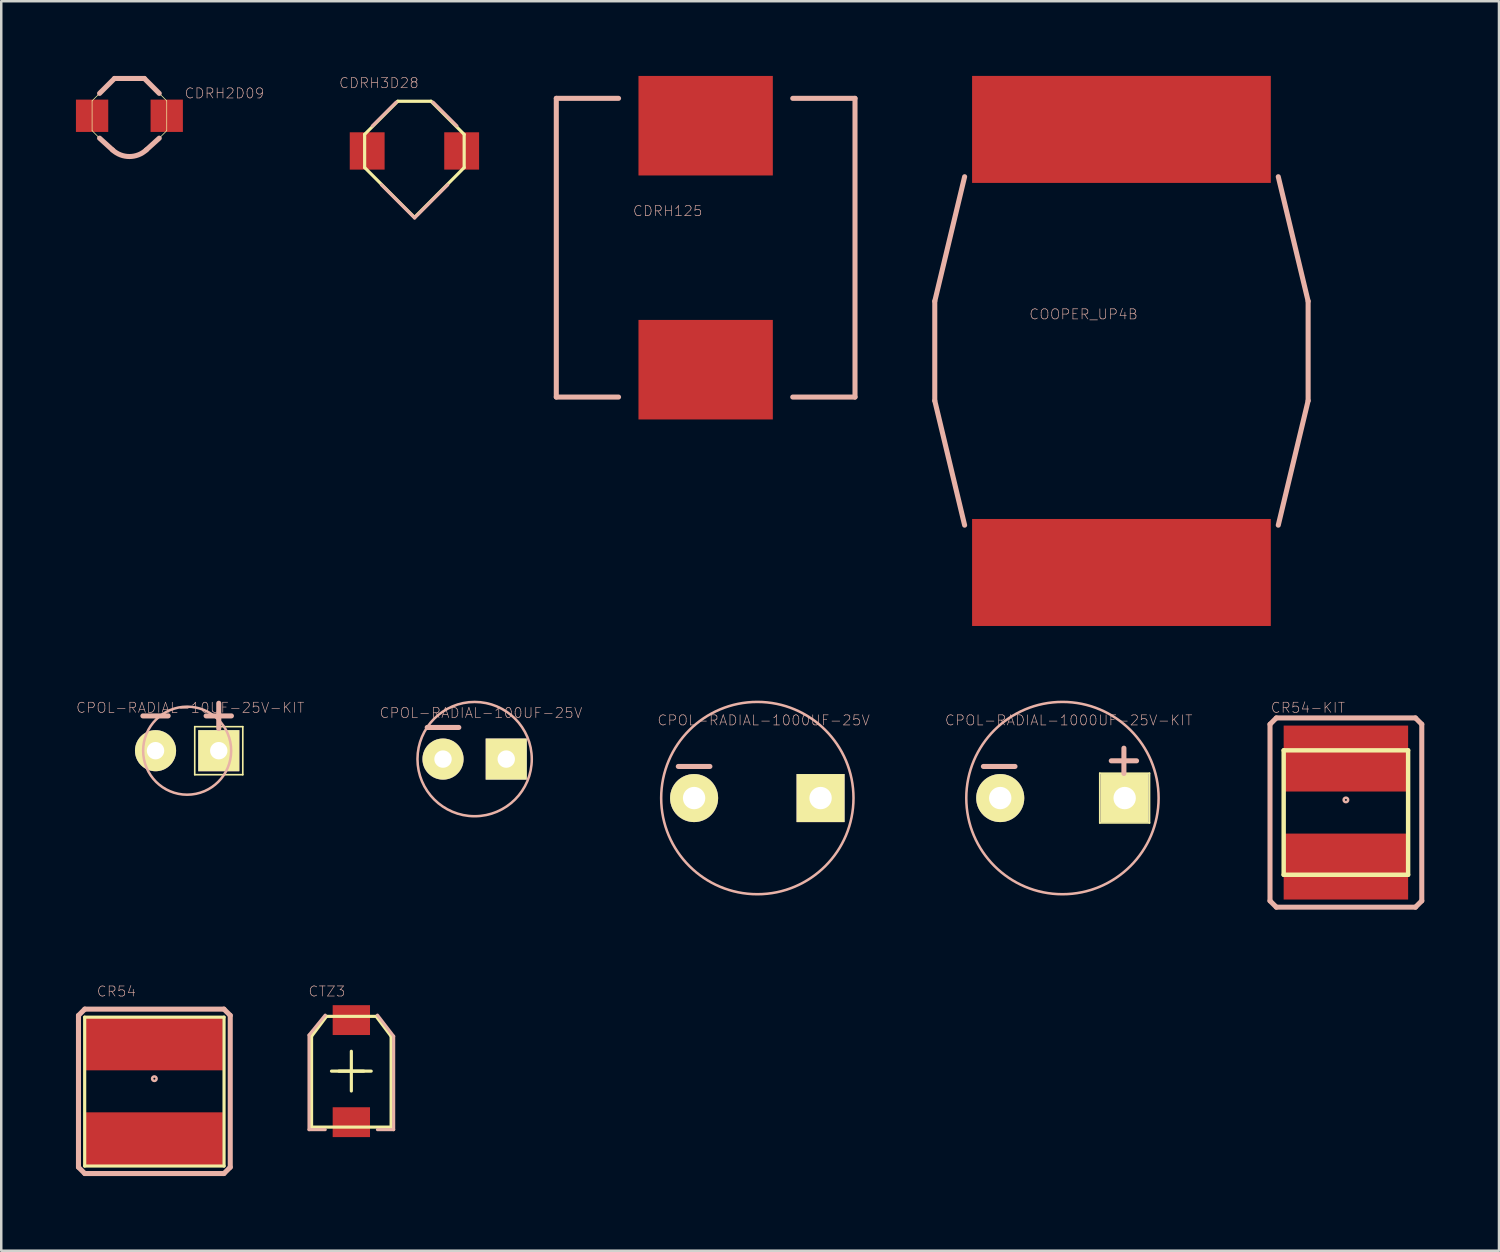
<source format=kicad_pcb>
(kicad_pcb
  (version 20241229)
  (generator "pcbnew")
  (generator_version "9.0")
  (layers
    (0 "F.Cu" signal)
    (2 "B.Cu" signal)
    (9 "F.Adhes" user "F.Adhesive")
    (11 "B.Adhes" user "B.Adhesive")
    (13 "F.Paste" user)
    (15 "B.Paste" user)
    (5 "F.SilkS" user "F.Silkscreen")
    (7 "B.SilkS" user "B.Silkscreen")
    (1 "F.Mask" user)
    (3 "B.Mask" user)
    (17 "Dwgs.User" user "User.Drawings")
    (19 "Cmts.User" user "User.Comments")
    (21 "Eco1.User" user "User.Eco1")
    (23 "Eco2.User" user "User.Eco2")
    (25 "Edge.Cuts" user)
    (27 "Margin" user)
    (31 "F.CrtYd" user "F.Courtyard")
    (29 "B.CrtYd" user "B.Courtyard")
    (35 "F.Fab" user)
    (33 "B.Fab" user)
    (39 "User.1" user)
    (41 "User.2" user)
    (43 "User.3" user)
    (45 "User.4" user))
  (footprint "CPOL-RADIAL-1000UF-25V-KIT"
    (layer "F.Cu")
    (at 39.624 29.005)
    (property "Reference" "CPOL-RADIAL-1000UF-25V-KIT" (at 0.254 -3.124 0) (layer "B.SilkS") (effects (font (size 0.406 0.406) (thickness 0.025))))
    (attr exclude_from_pos_files exclude_from_bom)
    (fp_line (start 1.499 -0.998) (end 3.498 -0.998) (stroke (width 0.066) (type solid)) (layer "F.SilkS"))
    (fp_line (start 1.499 0.998) (end 1.499 -0.998) (stroke (width 0.066) (type solid)) (layer "F.SilkS"))
    (fp_line (start 1.499 0.998) (end 3.498 0.998) (stroke (width 0.066) (type solid)) (layer "F.SilkS"))
    (fp_line (start 3.498 0.998) (end 3.498 -0.998) (stroke (width 0.066) (type solid)) (layer "F.SilkS"))
    (fp_circle (center -2.499 0) (end -2.987 0.488) (stroke (width 0) (type solid)) (fill yes) (layer "F.SilkS"))
    (fp_circle (center -2.499 0) (end -2.72 0.221) (stroke (width 0) (type solid)) (fill yes) (layer "F.SilkS"))
    (fp_circle (center 2.499 0) (end 2.723 0.224) (stroke (width 0) (type solid)) (fill yes) (layer "F.SilkS"))
    (fp_line (start -1.905 -1.27) (end -3.175 -1.27) (stroke (width 0.203) (type solid)) (layer "B.SilkS"))
    (fp_line (start 2.469 -2.004) (end 2.469 -0.988) (stroke (width 0.203) (type solid)) (layer "B.SilkS"))
    (fp_line (start 2.977 -1.496) (end 1.961 -1.496) (stroke (width 0.203) (type solid)) (layer "B.SilkS"))
    (fp_circle (center 0 0) (end -2.731 2.731) (stroke (width 0.102) (type solid)) (fill no) (layer "B.SilkS"))
    (pad "+" thru_hole rect (at 2.499 0) (size 1.93 1.93) (drill 0.899) (layers "*.Cu" "F.Mask" "F.SilkS" "F.Paste"))
    (pad "-" thru_hole circle (at -2.499 0) (size 1.93 1.93) (drill 0.899) (layers "*.Cu" "F.Mask" "F.SilkS" "F.Paste")))
  (footprint "CPOL-RADIAL-10UF-25V-KIT"
    (layer "F.Cu")
    (at 4.467 27.102)
    (property "Reference" "CPOL-RADIAL-10UF-25V-KIT" (at 0.127 -1.727 0) (layer "B.SilkS") (effects (font (size 0.406 0.406) (thickness 0.025))))
    (attr exclude_from_pos_files exclude_from_bom)
    (fp_line (start 0.305 -0.965) (end 2.235 -0.965) (stroke (width 0.066) (type solid)) (layer "F.SilkS"))
    (fp_line (start 0.305 0.965) (end 0.305 -0.965) (stroke (width 0.066) (type solid)) (layer "F.SilkS"))
    (fp_line (start 0.305 0.965) (end 2.235 0.965) (stroke (width 0.066) (type solid)) (layer "F.SilkS"))
    (fp_line (start 2.235 0.965) (end 2.235 -0.965) (stroke (width 0.066) (type solid)) (layer "F.SilkS"))
    (fp_circle (center -1.27 0) (end -1.753 0.483) (stroke (width 0) (type solid)) (fill yes) (layer "F.SilkS"))
    (fp_circle (center -1.27 0) (end -1.448 0.178) (stroke (width 0) (type solid)) (fill yes) (layer "F.SilkS"))
    (fp_circle (center 1.27 0) (end 1.448 0.178) (stroke (width 0) (type solid)) (fill yes) (layer "F.SilkS"))
    (fp_line (start -0.762 -1.397) (end -1.778 -1.397) (stroke (width 0.203) (type solid)) (layer "B.SilkS"))
    (fp_line (start 1.27 -1.905) (end 1.27 -0.889) (stroke (width 0.203) (type solid)) (layer "B.SilkS"))
    (fp_line (start 1.778 -1.397) (end 0.762 -1.397) (stroke (width 0.203) (type solid)) (layer "B.SilkS"))
    (fp_circle (center 0 0) (end -1.25 1.25) (stroke (width 0.102) (type solid)) (fill no) (layer "B.SilkS"))
    (pad "1" thru_hole rect (at 1.27 0) (size 1.651 1.651) (drill 0.699) (layers "*.Cu" "F.Mask" "F.SilkS" "F.Paste"))
    (pad "2" thru_hole circle (at -1.27 0) (size 1.651 1.651) (drill 0.699) (layers "*.Cu" "F.Mask" "F.SilkS" "F.Paste")))
  (footprint "CR54-KIT"
    (layer "F.Cu")
    (at 51.009 29.587)
    (property "Reference" "CR54-KIT" (at -1.524 -4.211 0) (layer "B.SilkS") (effects (font (size 0.406 0.406) (thickness 0.025))))
    (attr smd)
    (fp_line (start -2.499 -2.499) (end 2.499 -2.499) (stroke (width 0.178) (type solid)) (layer "F.SilkS"))
    (fp_line (start -2.499 2.499) (end -2.499 -2.499) (stroke (width 0.178) (type solid)) (layer "F.SilkS"))
    (fp_line (start 2.499 -2.499) (end 2.499 2.499) (stroke (width 0.178) (type solid)) (layer "F.SilkS"))
    (fp_line (start 2.499 2.499) (end -2.499 2.499) (stroke (width 0.178) (type solid)) (layer "F.SilkS"))
    (fp_line (start -3.048 -3.546) (end -3.048 3.546) (stroke (width 0.203) (type solid)) (layer "B.SilkS"))
    (fp_line (start -3.048 3.546) (end -2.794 3.8) (stroke (width 0.203) (type solid)) (layer "B.SilkS"))
    (fp_line (start -2.794 -3.8) (end -3.048 -3.546) (stroke (width 0.203) (type solid)) (layer "B.SilkS"))
    (fp_line (start -2.794 3.8) (end 2.794 3.8) (stroke (width 0.203) (type solid)) (layer "B.SilkS"))
    (fp_line (start 2.794 -3.8) (end -2.794 -3.8) (stroke (width 0.203) (type solid)) (layer "B.SilkS"))
    (fp_line (start 2.794 3.8) (end 3.048 3.546) (stroke (width 0.203) (type solid)) (layer "B.SilkS"))
    (fp_line (start 3.048 -3.546) (end 2.794 -3.8) (stroke (width 0.203) (type solid)) (layer "B.SilkS"))
    (fp_line (start 3.048 3.546) (end 3.048 -3.546) (stroke (width 0.203) (type solid)) (layer "B.SilkS"))
    (fp_circle (center 0 -0.508) (end -0.064 -0.572) (stroke (width 0.102) (type solid)) (fill no) (layer "B.SilkS"))
    (pad "P$1" smd rect (at 0 -2.169) (size 4.999 2.649) (layers "F.Cu" "F.Mask" "F.Paste"))
    (pad "P$2" smd rect (at 0 2.169) (size 4.999 2.649) (layers "F.Cu" "F.Mask" "F.Paste")))
  (footprint "CPOL-RADIAL-1000UF-25V"
    (layer "F.Cu")
    (at 27.369 29.005)
    (property "Reference" "CPOL-RADIAL-1000UF-25V" (at 0.254 -3.124 0) (layer "B.SilkS") (effects (font (size 0.406 0.406) (thickness 0.025))))
    (attr exclude_from_pos_files exclude_from_bom)
    (fp_line (start -1.905 -1.27) (end -3.175 -1.27) (stroke (width 0.203) (type solid)) (layer "B.SilkS"))
    (fp_circle (center 0 0) (end -2.731 2.731) (stroke (width 0.102) (type solid)) (fill no) (layer "B.SilkS"))
    (pad "+" thru_hole rect (at 2.54 0) (size 1.93 1.93) (drill 0.899) (layers "*.Cu" "F.Mask" "F.SilkS" "F.Paste"))
    (pad "-" thru_hole circle (at -2.54 0) (size 1.93 1.93) (drill 0.899) (layers "*.Cu" "F.Mask" "F.SilkS" "F.Paste")))
  (footprint "COOPER_UP4B"
    (layer "F.Cu")
    (at 41.994 11.046)
    (property "Reference" "COOPER_UP4B" (at -1.524 -1.473 0) (layer "B.SilkS") (effects (font (size 0.406 0.406) (thickness 0.025))))
    (attr smd)
    (fp_line (start -7.498 -1.999) (end -7.498 1.999) (stroke (width 0.203) (type solid)) (layer "B.SilkS"))
    (fp_line (start -7.498 1.999) (end -6.299 6.998) (stroke (width 0.203) (type solid)) (layer "B.SilkS"))
    (fp_line (start -6.299 -6.998) (end -7.498 -1.999) (stroke (width 0.203) (type solid)) (layer "B.SilkS"))
    (fp_line (start 7.498 -1.999) (end 6.299 -6.998) (stroke (width 0.203) (type solid)) (layer "B.SilkS"))
    (fp_line (start 7.498 -1.999) (end 7.498 1.999) (stroke (width 0.203) (type solid)) (layer "B.SilkS"))
    (fp_line (start 7.498 1.999) (end 6.299 6.998) (stroke (width 0.203) (type solid)) (layer "B.SilkS"))
    (pad "1" smd rect (at 0 -8.898) (size 11.999 4.298) (layers "F.Cu" "F.Mask" "F.Paste"))
    (pad "2" smd rect (at 0 8.898) (size 11.999 4.298) (layers "F.Cu" "F.Mask" "F.Paste")))
  (footprint "CPOL-RADIAL-100UF-25V"
    (layer "F.Cu")
    (at 16.014 27.439)
    (property "Reference" "CPOL-RADIAL-100UF-25V" (at 0.254 -1.854 0) (layer "B.SilkS") (effects (font (size 0.406 0.406) (thickness 0.025))))
    (attr exclude_from_pos_files exclude_from_bom)
    (fp_line (start -0.635 -1.27) (end -1.905 -1.27) (stroke (width 0.203) (type solid)) (layer "B.SilkS"))
    (fp_circle (center 0 0) (end -1.623 1.623) (stroke (width 0.102) (type solid)) (fill no) (layer "B.SilkS"))
    (pad "1" thru_hole rect (at 1.27 0) (size 1.651 1.651) (drill 0.699) (layers "*.Cu" "F.Mask" "F.SilkS" "F.Paste"))
    (pad "2" thru_hole circle (at -1.27 0) (size 1.651 1.651) (drill 0.699) (layers "*.Cu" "F.Mask" "F.SilkS" "F.Paste")))
  (footprint "CDRH3D28"
    (layer "F.Cu")
    (at 13.646 3.008)
    (property "Reference" "CDRH3D28" (at -1.476 -2.725 0) (layer "B.SilkS") (effects (font (size 0.406 0.406) (thickness 0.025))))
    (attr smd)
    (fp_line (start -2.05 -0.66) (end -0.719 -1.991) (stroke (width 0.127) (type solid)) (layer "F.SilkS"))
    (fp_line (start -2.05 0.676) (end -2.05 -0.66) (stroke (width 0.127) (type solid)) (layer "F.SilkS"))
    (fp_line (start -2.042 0.678) (end -0.053 2.67) (stroke (width 0.127) (type solid)) (layer "F.SilkS"))
    (fp_line (start 0.617 -1.991) (end -0.719 -1.991) (stroke (width 0.127) (type solid)) (layer "F.SilkS"))
    (fp_line (start 1.948 -0.66) (end 0.617 -1.991) (stroke (width 0.127) (type solid)) (layer "F.SilkS"))
    (fp_line (start 1.948 -0.66) (end 1.948 0.676) (stroke (width 0.127) (type solid)) (layer "F.SilkS"))
    (fp_line (start 1.948 0.673) (end -0.048 2.675) (stroke (width 0.127) (type solid)) (layer "F.SilkS"))
    (fp_line (start -1.742 -0.998) (end -0.787 -1.953) (stroke (width 0.127) (type solid)) (layer "B.SilkS"))
    (fp_line (start -0.043 2.697) (end -1.377 1.364) (stroke (width 0.127) (type solid)) (layer "B.SilkS"))
    (fp_line (start -0.043 2.697) (end 1.29 1.364) (stroke (width 0.127) (type solid)) (layer "B.SilkS"))
    (fp_line (start 1.656 -0.998) (end 0.701 -1.953) (stroke (width 0.127) (type solid)) (layer "B.SilkS"))
    (pad "1" smd rect (at -1.948 0.005 270) (size 1.499 1.4) (layers "F.Cu" "F.Mask" "F.Paste"))
    (pad "2" smd rect (at 1.847 0.005 270) (size 1.499 1.4) (layers "F.Cu" "F.Mask" "F.Paste")))
  (footprint "CTZ3"
    (layer "F.Cu")
    (at 11.062 39.973)
    (property "Reference" "CTZ3" (at -0.983 -3.203 0) (layer "B.SilkS") (effects (font (size 0.406 0.406) (thickness 0.025))))
    (attr smd)
    (fp_line (start -1.598 -1.4) (end -1.598 2.248) (stroke (width 0.127) (type solid)) (layer "F.SilkS"))
    (fp_line (start -1.598 -1.4) (end -0.998 -2.2) (stroke (width 0.127) (type solid)) (layer "F.SilkS"))
    (fp_line (start -1.598 2.248) (end 1.598 2.248) (stroke (width 0.127) (type solid)) (layer "F.SilkS"))
    (fp_line (start -0.998 -2.2) (end 0.998 -2.2) (stroke (width 0.127) (type solid)) (layer "F.SilkS"))
    (fp_line (start -0.798 0) (end 0.798 0) (stroke (width 0.127) (type solid)) (layer "F.SilkS"))
    (fp_line (start -0.498 0) (end 0.498 0) (stroke (width 0.127) (type solid)) (layer "F.SilkS"))
    (fp_line (start 0 -0.798) (end 0 0.798) (stroke (width 0.127) (type solid)) (layer "F.SilkS"))
    (fp_line (start 1.598 -1.4) (end 0.998 -2.2) (stroke (width 0.127) (type solid)) (layer "F.SilkS"))
    (fp_line (start 1.598 -1.4) (end 1.598 2.248) (stroke (width 0.127) (type solid)) (layer "F.SilkS"))
    (fp_line (start -1.699 -1.448) (end -1.699 2.349) (stroke (width 0.127) (type solid)) (layer "B.SilkS"))
    (fp_line (start -1.699 2.349) (end -1.049 2.349) (stroke (width 0.127) (type solid)) (layer "B.SilkS"))
    (fp_line (start -1.049 -2.248) (end -1.699 -1.448) (stroke (width 0.127) (type solid)) (layer "B.SilkS"))
    (fp_line (start 1.049 -2.248) (end 1.699 -1.4) (stroke (width 0.127) (type solid)) (layer "B.SilkS"))
    (fp_line (start 1.699 -1.4) (end 1.699 2.349) (stroke (width 0.127) (type solid)) (layer "B.SilkS"))
    (fp_line (start 1.699 2.349) (end 1.049 2.349) (stroke (width 0.127) (type solid)) (layer "B.SilkS"))
    (pad "+" smd rect (at 0 -2.05) (size 1.499 1.199) (layers "F.Cu" "F.Mask" "F.Paste"))
    (pad "-" smd rect (at 0 2.05) (size 1.499 1.199) (layers "F.Cu" "F.Mask" "F.Paste")))
  (footprint "CDRH125"
    (layer "F.Cu")
    (at 25.293 6.899)
    (property "Reference" "CDRH125" (at -1.524 -1.473 0) (layer "B.SilkS") (effects (font (size 0.406 0.406) (thickness 0.025))))
    (attr smd)
    (fp_line (start -5.999 -5.999) (end -5.999 5.999) (stroke (width 0.203) (type solid)) (layer "B.SilkS"))
    (fp_line (start -5.999 5.999) (end -3.498 5.999) (stroke (width 0.203) (type solid)) (layer "B.SilkS"))
    (fp_line (start -3.498 -5.999) (end -5.999 -5.999) (stroke (width 0.203) (type solid)) (layer "B.SilkS"))
    (fp_line (start 3.498 5.999) (end 5.999 5.999) (stroke (width 0.203) (type solid)) (layer "B.SilkS"))
    (fp_line (start 5.999 -5.999) (end 3.498 -5.999) (stroke (width 0.203) (type solid)) (layer "B.SilkS"))
    (fp_line (start 5.999 5.999) (end 5.999 -5.999) (stroke (width 0.203) (type solid)) (layer "B.SilkS"))
    (pad "1" smd rect (at 0 -4.9) (size 5.397 3.998) (layers "F.Cu" "F.Mask" "F.Paste"))
    (pad "2" smd rect (at 0 4.9) (size 5.397 3.998) (layers "F.Cu" "F.Mask" "F.Paste")))
  (footprint "CR54"
    (layer "F.Cu")
    (at 3.15 40.784)
    (property "Reference" "CR54" (at -1.524 -4.013 0) (layer "B.SilkS") (effects (font (size 0.406 0.406) (thickness 0.025))))
    (attr smd)
    (fp_line (start -2.799 -2.979) (end -2.799 3) (stroke (width 0.127) (type solid)) (layer "F.SilkS"))
    (fp_line (start -2.799 3) (end 2.799 3) (stroke (width 0.127) (type solid)) (layer "F.SilkS"))
    (fp_line (start 2.799 -2.979) (end -2.799 -2.979) (stroke (width 0.127) (type solid)) (layer "F.SilkS"))
    (fp_line (start 2.799 3) (end 2.799 -2.979) (stroke (width 0.127) (type solid)) (layer "F.SilkS"))
    (fp_line (start -3.048 -3.048) (end -3.048 -2.794) (stroke (width 0.203) (type solid)) (layer "B.SilkS"))
    (fp_line (start -3.048 -2.794) (end -3.048 3.048) (stroke (width 0.203) (type solid)) (layer "B.SilkS"))
    (fp_line (start -3.048 3.048) (end -2.794 3.302) (stroke (width 0.203) (type solid)) (layer "B.SilkS"))
    (fp_line (start -2.794 -3.302) (end -3.048 -3.048) (stroke (width 0.203) (type solid)) (layer "B.SilkS"))
    (fp_line (start -2.794 3.302) (end 2.794 3.302) (stroke (width 0.203) (type solid)) (layer "B.SilkS"))
    (fp_line (start 2.794 -3.302) (end -2.794 -3.302) (stroke (width 0.203) (type solid)) (layer "B.SilkS"))
    (fp_line (start 2.794 3.302) (end 3.048 3.048) (stroke (width 0.203) (type solid)) (layer "B.SilkS"))
    (fp_line (start 3.048 -3.048) (end 2.794 -3.302) (stroke (width 0.203) (type solid)) (layer "B.SilkS"))
    (fp_line (start 3.048 3.048) (end 3.048 -3.048) (stroke (width 0.203) (type solid)) (layer "B.SilkS"))
    (fp_circle (center 0 -0.508) (end -0.064 -0.572) (stroke (width 0.102) (type solid)) (fill no) (layer "B.SilkS"))
    (pad "P$1" smd rect (at 0 -1.918) (size 5.499 2.149) (layers "F.Cu" "F.Mask" "F.Paste"))
    (pad "P$2" smd rect (at 0 1.918) (size 5.499 2.149) (layers "F.Cu" "F.Mask" "F.Paste")))
  (footprint "CDRH2D09"
    (layer "F.Cu")
    (at 2.148 1.6)
    (property "Reference" "CDRH2D09" (at 3.815 -0.902 0) (layer "B.SilkS") (effects (font (size 0.406 0.406) (thickness 0.025))))
    (attr smd)
    (fp_line (start -1.499 -0.599) (end -1.499 0.599) (stroke (width 0.028) (type solid)) (layer "F.SilkS"))
    (fp_line (start -1.499 0.599) (end -0.706 1.392) (stroke (width 0.028) (type solid)) (layer "F.SilkS"))
    (fp_line (start -0.599 -1.499) (end -1.499 -0.599) (stroke (width 0.028) (type solid)) (layer "F.SilkS"))
    (fp_line (start 0.599 -1.499) (end -0.599 -1.499) (stroke (width 0.028) (type solid)) (layer "F.SilkS"))
    (fp_line (start 0.706 1.392) (end 1.499 0.599) (stroke (width 0.028) (type solid)) (layer "F.SilkS"))
    (fp_line (start 1.499 -0.599) (end 0.599 -1.499) (stroke (width 0.028) (type solid)) (layer "F.SilkS"))
    (fp_line (start 1.499 0.599) (end 1.499 -0.599) (stroke (width 0.028) (type solid)) (layer "F.SilkS"))
    (fp_arc (start 0.70612 1.39192) (mid 0 1.684404) (end -0.70612 1.39192) (stroke (width 0.02794) (type solid)) (layer "F.SilkS"))
    (fp_line (start -1.199 -0.899) (end -0.599 -1.499) (stroke (width 0.203) (type solid)) (layer "B.SilkS"))
    (fp_line (start -1.199 0.899) (end -0.678 1.372) (stroke (width 0.203) (type solid)) (layer "B.SilkS"))
    (fp_line (start -0.599 -1.499) (end 0.599 -1.499) (stroke (width 0.203) (type solid)) (layer "B.SilkS"))
    (fp_line (start 0.599 -1.499) (end 1.199 -0.899) (stroke (width 0.203) (type solid)) (layer "B.SilkS"))
    (fp_line (start 0.678 1.372) (end 1.199 0.899) (stroke (width 0.203) (type solid)) (layer "B.SilkS"))
    (fp_arc (start 0.67818 1.3716) (mid 0.000594 1.636926) (end -0.677306 1.372406) (stroke (width 0.2032) (type solid)) (layer "B.SilkS"))
    (pad "P$1" smd rect (at -1.499 0 90) (size 1.298 1.298) (layers "F.Cu" "F.Mask" "F.Paste"))
    (pad "P$2" smd rect (at 1.499 0 90) (size 1.298 1.298) (layers "F.Cu" "F.Mask" "F.Paste")))
  (gr_rect
    (start -3 -3)
    (end 57.158 47.187)
    (stroke (width 0.1) (type default))
    (fill no)
    (layer "Edge.Cuts")))
</source>
